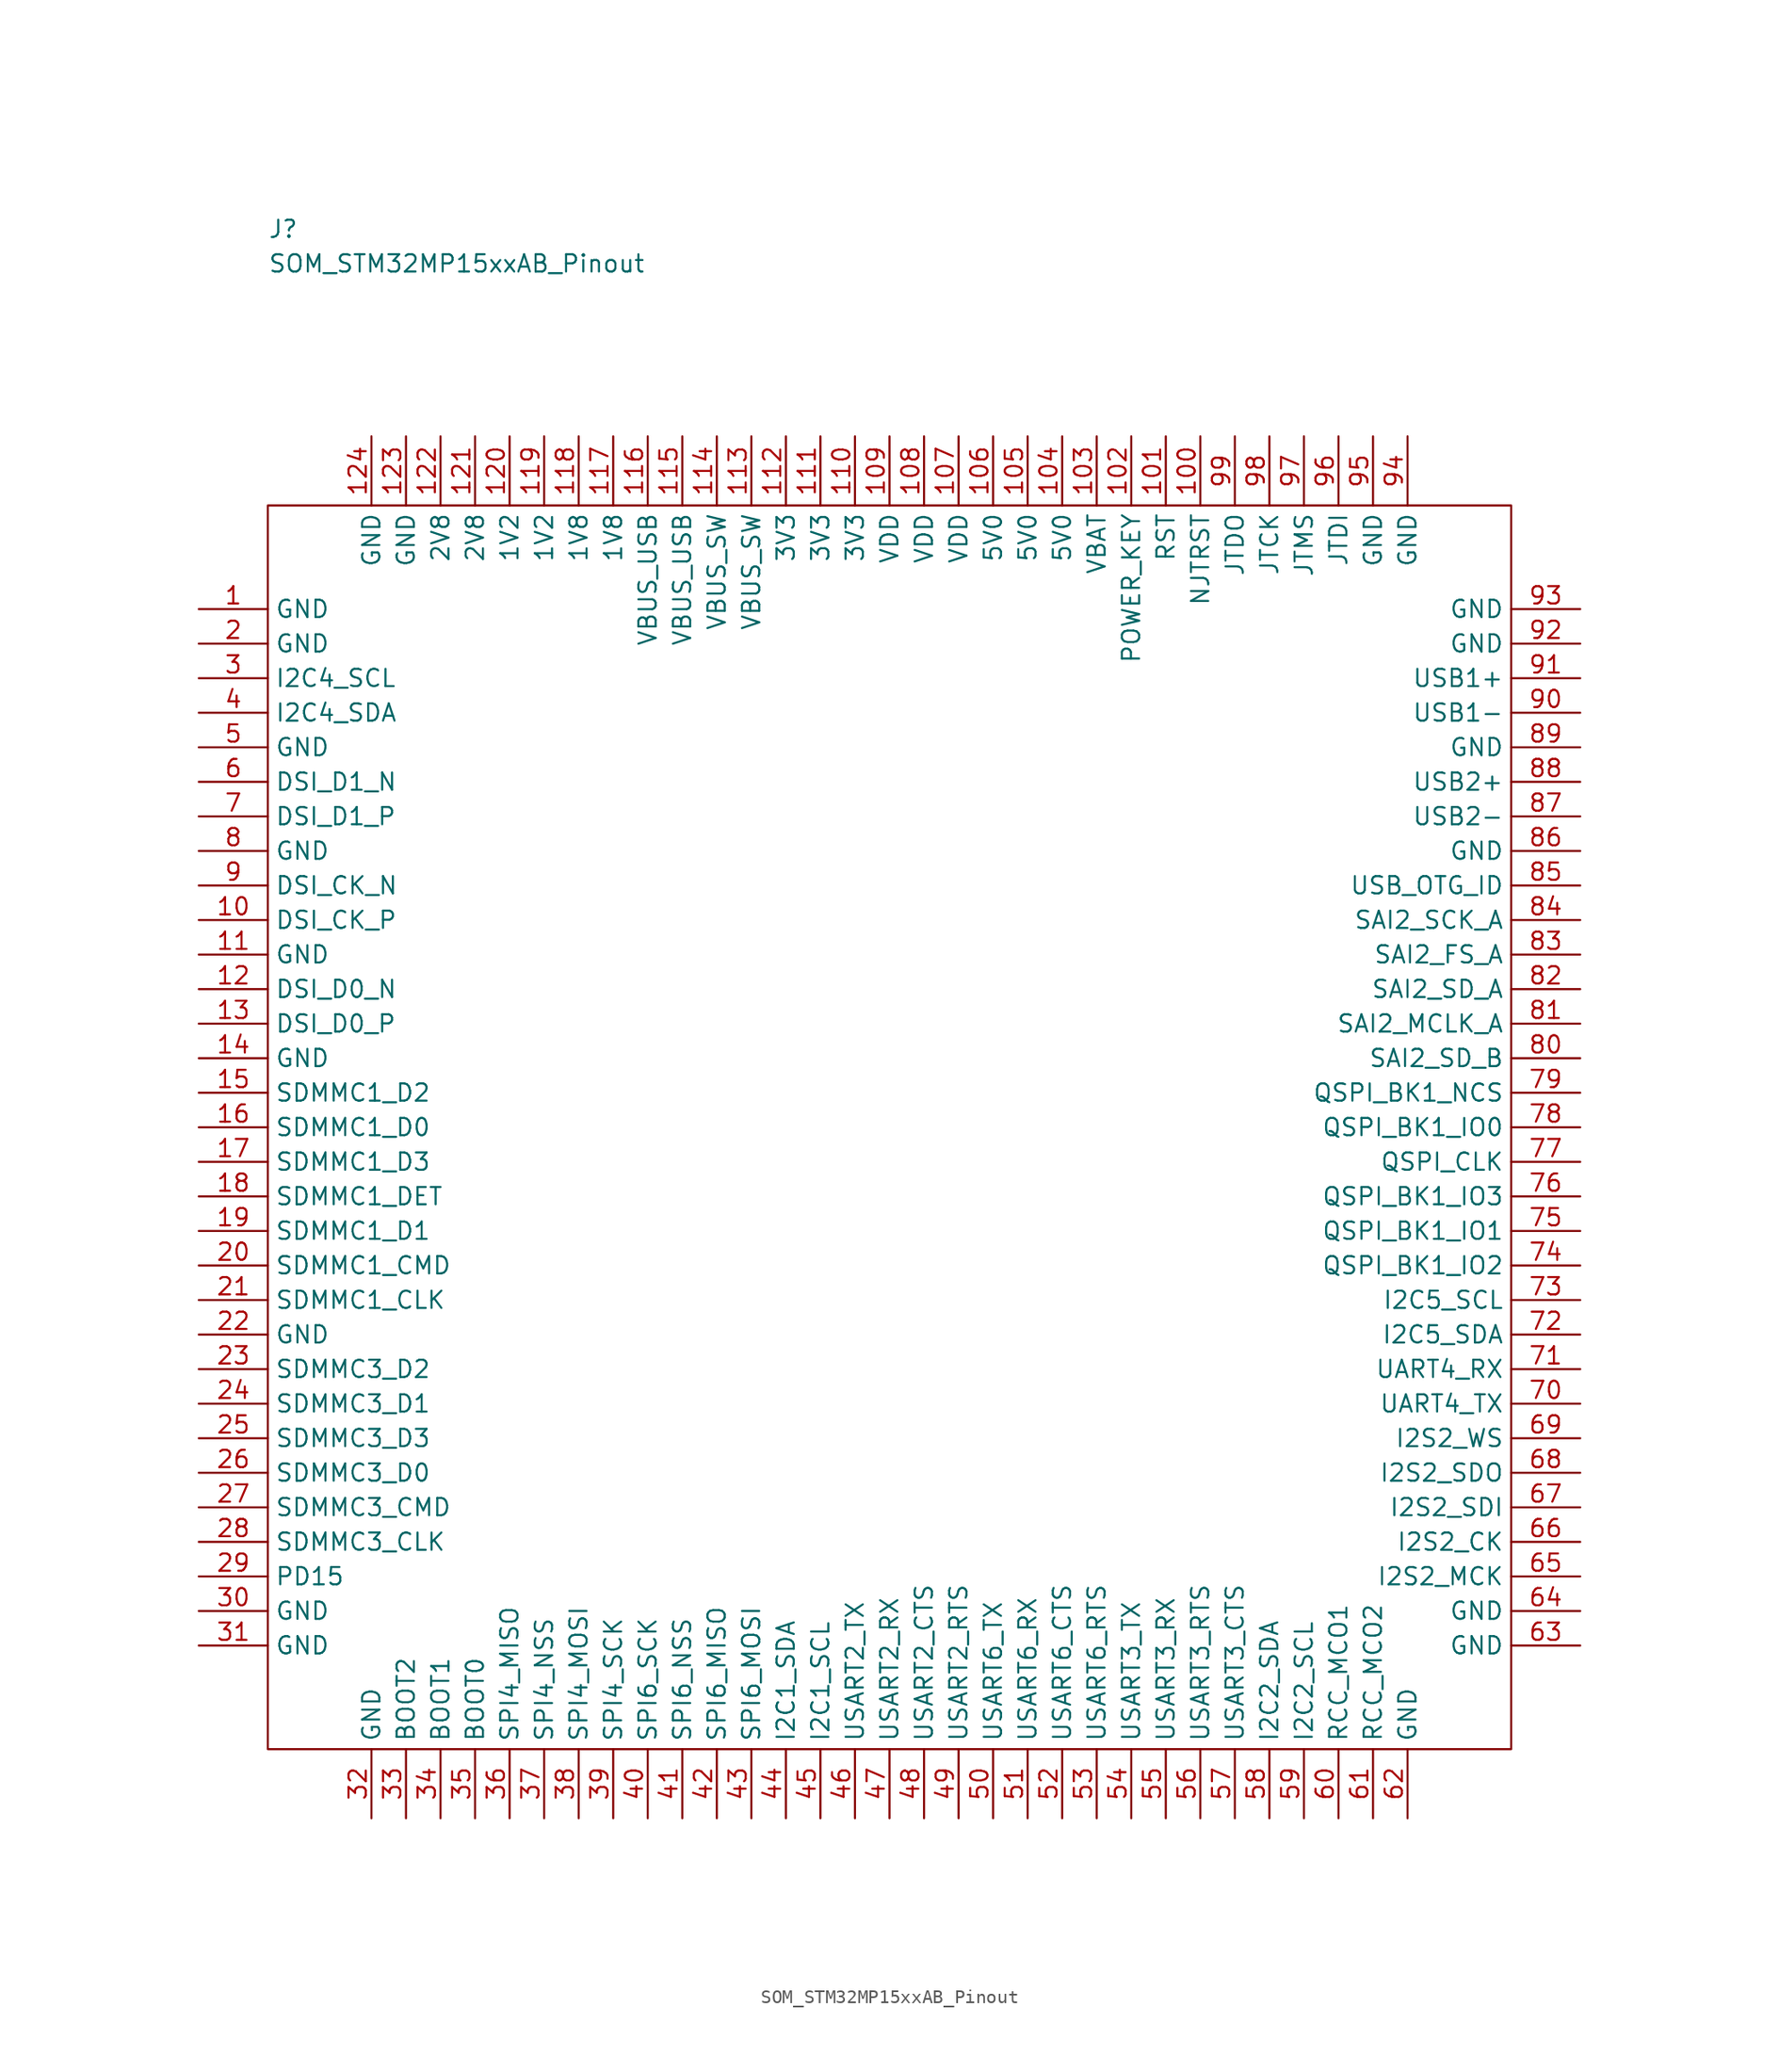
<source format=kicad_sym>
(kicad_symbol_lib
  (version 20211014)
  (generator kicad_symbol_editor)
  (symbol "SOM_STM32MP15xxAB_Pinout"
    (property "Reference" "J"
      (at 0 20.32 0)
      (effects (font (size 1.27 1.27)) (justify left)))
    (property "Value" "SOM_STM32MP15xxAB_Pinout"
      (at 0 17.78 0)
      (effects (font (size 1.27 1.27)) (justify left)))
    (symbol "SOM_STM32MP15xxAB_Pinout_0_1"
      (rectangle (start 0 0) (end 91.44 -91.44) (stroke (width 0.152) (type default) (color 0 0 0 0)) (fill (type none))))
    (symbol "SOM_STM32MP15xxAB_Pinout_1_1"
      (pin passive line (at -5.08 -7.62 0) (length 5.08) (name "GND" (effects (font (size 1.27 1.27)))) (number "1" (effects (font (size 1.27 1.27)))))
      (pin passive line (at -5.08 -30.48 0) (length 5.08) (name "DSI_CK_P" (effects (font (size 1.27 1.27)))) (number "10" (effects (font (size 1.27 1.27)))))
      (pin passive line (at 68.58 5.08 270) (length 5.08) (name "NJTRST" (effects (font (size 1.27 1.27)))) (number "100" (effects (font (size 1.27 1.27)))))
      (pin passive line (at 66.04 5.08 270) (length 5.08) (name "RST" (effects (font (size 1.27 1.27)))) (number "101" (effects (font (size 1.27 1.27)))))
      (pin passive line (at 63.5 5.08 270) (length 5.08) (name "POWER_KEY" (effects (font (size 1.27 1.27)))) (number "102" (effects (font (size 1.27 1.27)))))
      (pin passive line (at 60.96 5.08 270) (length 5.08) (name "VBAT" (effects (font (size 1.27 1.27)))) (number "103" (effects (font (size 1.27 1.27)))))
      (pin passive line (at 58.42 5.08 270) (length 5.08) (name "5V0" (effects (font (size 1.27 1.27)))) (number "104" (effects (font (size 1.27 1.27)))))
      (pin passive line (at 55.88 5.08 270) (length 5.08) (name "5V0" (effects (font (size 1.27 1.27)))) (number "105" (effects (font (size 1.27 1.27)))))
      (pin passive line (at 53.34 5.08 270) (length 5.08) (name "5V0" (effects (font (size 1.27 1.27)))) (number "106" (effects (font (size 1.27 1.27)))))
      (pin passive line (at 50.8 5.08 270) (length 5.08) (name "VDD" (effects (font (size 1.27 1.27)))) (number "107" (effects (font (size 1.27 1.27)))))
      (pin passive line (at 48.26 5.08 270) (length 5.08) (name "VDD" (effects (font (size 1.27 1.27)))) (number "108" (effects (font (size 1.27 1.27)))))
      (pin passive line (at 45.72 5.08 270) (length 5.08) (name "VDD" (effects (font (size 1.27 1.27)))) (number "109" (effects (font (size 1.27 1.27)))))
      (pin passive line (at -5.08 -33.02 0) (length 5.08) (name "GND" (effects (font (size 1.27 1.27)))) (number "11" (effects (font (size 1.27 1.27)))))
      (pin passive line (at 43.18 5.08 270) (length 5.08) (name "3V3" (effects (font (size 1.27 1.27)))) (number "110" (effects (font (size 1.27 1.27)))))
      (pin passive line (at 40.64 5.08 270) (length 5.08) (name "3V3" (effects (font (size 1.27 1.27)))) (number "111" (effects (font (size 1.27 1.27)))))
      (pin passive line (at 38.1 5.08 270) (length 5.08) (name "3V3" (effects (font (size 1.27 1.27)))) (number "112" (effects (font (size 1.27 1.27)))))
      (pin passive line (at 35.56 5.08 270) (length 5.08) (name "VBUS_SW" (effects (font (size 1.27 1.27)))) (number "113" (effects (font (size 1.27 1.27)))))
      (pin passive line (at 33.02 5.08 270) (length 5.08) (name "VBUS_SW" (effects (font (size 1.27 1.27)))) (number "114" (effects (font (size 1.27 1.27)))))
      (pin passive line (at 30.48 5.08 270) (length 5.08) (name "VBUS_USB" (effects (font (size 1.27 1.27)))) (number "115" (effects (font (size 1.27 1.27)))))
      (pin passive line (at 27.94 5.08 270) (length 5.08) (name "VBUS_USB" (effects (font (size 1.27 1.27)))) (number "116" (effects (font (size 1.27 1.27)))))
      (pin passive line (at 25.4 5.08 270) (length 5.08) (name "1V8" (effects (font (size 1.27 1.27)))) (number "117" (effects (font (size 1.27 1.27)))))
      (pin passive line (at 22.86 5.08 270) (length 5.08) (name "1V8" (effects (font (size 1.27 1.27)))) (number "118" (effects (font (size 1.27 1.27)))))
      (pin passive line (at 20.32 5.08 270) (length 5.08) (name "1V2" (effects (font (size 1.27 1.27)))) (number "119" (effects (font (size 1.27 1.27)))))
      (pin passive line (at -5.08 -35.56 0) (length 5.08) (name "DSI_D0_N" (effects (font (size 1.27 1.27)))) (number "12" (effects (font (size 1.27 1.27)))))
      (pin passive line (at 17.78 5.08 270) (length 5.08) (name "1V2" (effects (font (size 1.27 1.27)))) (number "120" (effects (font (size 1.27 1.27)))))
      (pin passive line (at 15.24 5.08 270) (length 5.08) (name "2V8" (effects (font (size 1.27 1.27)))) (number "121" (effects (font (size 1.27 1.27)))))
      (pin passive line (at 12.7 5.08 270) (length 5.08) (name "2V8" (effects (font (size 1.27 1.27)))) (number "122" (effects (font (size 1.27 1.27)))))
      (pin passive line (at 10.16 5.08 270) (length 5.08) (name "GND" (effects (font (size 1.27 1.27)))) (number "123" (effects (font (size 1.27 1.27)))))
      (pin passive line (at 7.62 5.08 270) (length 5.08) (name "GND" (effects (font (size 1.27 1.27)))) (number "124" (effects (font (size 1.27 1.27)))))
      (pin passive line (at -5.08 -38.1 0) (length 5.08) (name "DSI_D0_P" (effects (font (size 1.27 1.27)))) (number "13" (effects (font (size 1.27 1.27)))))
      (pin passive line (at -5.08 -40.64 0) (length 5.08) (name "GND" (effects (font (size 1.27 1.27)))) (number "14" (effects (font (size 1.27 1.27)))))
      (pin passive line (at -5.08 -43.18 0) (length 5.08) (name "SDMMC1_D2" (effects (font (size 1.27 1.27)))) (number "15" (effects (font (size 1.27 1.27)))))
      (pin passive line (at -5.08 -45.72 0) (length 5.08) (name "SDMMC1_D0" (effects (font (size 1.27 1.27)))) (number "16" (effects (font (size 1.27 1.27)))))
      (pin passive line (at -5.08 -48.26 0) (length 5.08) (name "SDMMC1_D3" (effects (font (size 1.27 1.27)))) (number "17" (effects (font (size 1.27 1.27)))))
      (pin passive line (at -5.08 -50.8 0) (length 5.08) (name "SDMMC1_DET" (effects (font (size 1.27 1.27)))) (number "18" (effects (font (size 1.27 1.27)))))
      (pin passive line (at -5.08 -53.34 0) (length 5.08) (name "SDMMC1_D1" (effects (font (size 1.27 1.27)))) (number "19" (effects (font (size 1.27 1.27)))))
      (pin passive line (at -5.08 -10.16 0) (length 5.08) (name "GND" (effects (font (size 1.27 1.27)))) (number "2" (effects (font (size 1.27 1.27)))))
      (pin passive line (at -5.08 -55.88 0) (length 5.08) (name "SDMMC1_CMD" (effects (font (size 1.27 1.27)))) (number "20" (effects (font (size 1.27 1.27)))))
      (pin passive line (at -5.08 -58.42 0) (length 5.08) (name "SDMMC1_CLK" (effects (font (size 1.27 1.27)))) (number "21" (effects (font (size 1.27 1.27)))))
      (pin passive line (at -5.08 -60.96 0) (length 5.08) (name "GND" (effects (font (size 1.27 1.27)))) (number "22" (effects (font (size 1.27 1.27)))))
      (pin passive line (at -5.08 -63.5 0) (length 5.08) (name "SDMMC3_D2" (effects (font (size 1.27 1.27)))) (number "23" (effects (font (size 1.27 1.27)))))
      (pin passive line (at -5.08 -66.04 0) (length 5.08) (name "SDMMC3_D1" (effects (font (size 1.27 1.27)))) (number "24" (effects (font (size 1.27 1.27)))))
      (pin passive line (at -5.08 -68.58 0) (length 5.08) (name "SDMMC3_D3" (effects (font (size 1.27 1.27)))) (number "25" (effects (font (size 1.27 1.27)))))
      (pin passive line (at -5.08 -71.12 0) (length 5.08) (name "SDMMC3_D0" (effects (font (size 1.27 1.27)))) (number "26" (effects (font (size 1.27 1.27)))))
      (pin passive line (at -5.08 -73.66 0) (length 5.08) (name "SDMMC3_CMD" (effects (font (size 1.27 1.27)))) (number "27" (effects (font (size 1.27 1.27)))))
      (pin passive line (at -5.08 -76.2 0) (length 5.08) (name "SDMMC3_CLK" (effects (font (size 1.27 1.27)))) (number "28" (effects (font (size 1.27 1.27)))))
      (pin passive line (at -5.08 -78.74 0) (length 5.08) (name "PD15" (effects (font (size 1.27 1.27)))) (number "29" (effects (font (size 1.27 1.27)))))
      (pin passive line (at -5.08 -12.7 0) (length 5.08) (name "I2C4_SCL" (effects (font (size 1.27 1.27)))) (number "3" (effects (font (size 1.27 1.27)))))
      (pin passive line (at -5.08 -81.28 0) (length 5.08) (name "GND" (effects (font (size 1.27 1.27)))) (number "30" (effects (font (size 1.27 1.27)))))
      (pin passive line (at -5.08 -83.82 0) (length 5.08) (name "GND" (effects (font (size 1.27 1.27)))) (number "31" (effects (font (size 1.27 1.27)))))
      (pin passive line (at 7.62 -96.52 90) (length 5.08) (name "GND" (effects (font (size 1.27 1.27)))) (number "32" (effects (font (size 1.27 1.27)))))
      (pin passive line (at 10.16 -96.52 90) (length 5.08) (name "BOOT2" (effects (font (size 1.27 1.27)))) (number "33" (effects (font (size 1.27 1.27)))))
      (pin passive line (at 12.7 -96.52 90) (length 5.08) (name "BOOT1" (effects (font (size 1.27 1.27)))) (number "34" (effects (font (size 1.27 1.27)))))
      (pin passive line (at 15.24 -96.52 90) (length 5.08) (name "BOOT0" (effects (font (size 1.27 1.27)))) (number "35" (effects (font (size 1.27 1.27)))))
      (pin passive line (at 17.78 -96.52 90) (length 5.08) (name "SPI4_MISO" (effects (font (size 1.27 1.27)))) (number "36" (effects (font (size 1.27 1.27)))))
      (pin passive line (at 20.32 -96.52 90) (length 5.08) (name "SPI4_NSS" (effects (font (size 1.27 1.27)))) (number "37" (effects (font (size 1.27 1.27)))))
      (pin passive line (at 22.86 -96.52 90) (length 5.08) (name "SPI4_MOSI" (effects (font (size 1.27 1.27)))) (number "38" (effects (font (size 1.27 1.27)))))
      (pin passive line (at 25.4 -96.52 90) (length 5.08) (name "SPI4_SCK" (effects (font (size 1.27 1.27)))) (number "39" (effects (font (size 1.27 1.27)))))
      (pin passive line (at -5.08 -15.24 0) (length 5.08) (name "I2C4_SDA" (effects (font (size 1.27 1.27)))) (number "4" (effects (font (size 1.27 1.27)))))
      (pin passive line (at 27.94 -96.52 90) (length 5.08) (name "SPI6_SCK" (effects (font (size 1.27 1.27)))) (number "40" (effects (font (size 1.27 1.27)))))
      (pin passive line (at 30.48 -96.52 90) (length 5.08) (name "SPI6_NSS" (effects (font (size 1.27 1.27)))) (number "41" (effects (font (size 1.27 1.27)))))
      (pin passive line (at 33.02 -96.52 90) (length 5.08) (name "SPI6_MISO" (effects (font (size 1.27 1.27)))) (number "42" (effects (font (size 1.27 1.27)))))
      (pin passive line (at 35.56 -96.52 90) (length 5.08) (name "SPI6_MOSI" (effects (font (size 1.27 1.27)))) (number "43" (effects (font (size 1.27 1.27)))))
      (pin passive line (at 38.1 -96.52 90) (length 5.08) (name "I2C1_SDA" (effects (font (size 1.27 1.27)))) (number "44" (effects (font (size 1.27 1.27)))))
      (pin passive line (at 40.64 -96.52 90) (length 5.08) (name "I2C1_SCL" (effects (font (size 1.27 1.27)))) (number "45" (effects (font (size 1.27 1.27)))))
      (pin passive line (at 43.18 -96.52 90) (length 5.08) (name "USART2_TX" (effects (font (size 1.27 1.27)))) (number "46" (effects (font (size 1.27 1.27)))))
      (pin passive line (at 45.72 -96.52 90) (length 5.08) (name "USART2_RX" (effects (font (size 1.27 1.27)))) (number "47" (effects (font (size 1.27 1.27)))))
      (pin passive line (at 48.26 -96.52 90) (length 5.08) (name "USART2_CTS" (effects (font (size 1.27 1.27)))) (number "48" (effects (font (size 1.27 1.27)))))
      (pin passive line (at 50.8 -96.52 90) (length 5.08) (name "USART2_RTS" (effects (font (size 1.27 1.27)))) (number "49" (effects (font (size 1.27 1.27)))))
      (pin passive line (at -5.08 -17.78 0) (length 5.08) (name "GND" (effects (font (size 1.27 1.27)))) (number "5" (effects (font (size 1.27 1.27)))))
      (pin passive line (at 53.34 -96.52 90) (length 5.08) (name "USART6_TX" (effects (font (size 1.27 1.27)))) (number "50" (effects (font (size 1.27 1.27)))))
      (pin passive line (at 55.88 -96.52 90) (length 5.08) (name "USART6_RX" (effects (font (size 1.27 1.27)))) (number "51" (effects (font (size 1.27 1.27)))))
      (pin passive line (at 58.42 -96.52 90) (length 5.08) (name "USART6_CTS" (effects (font (size 1.27 1.27)))) (number "52" (effects (font (size 1.27 1.27)))))
      (pin passive line (at 60.96 -96.52 90) (length 5.08) (name "USART6_RTS" (effects (font (size 1.27 1.27)))) (number "53" (effects (font (size 1.27 1.27)))))
      (pin passive line (at 63.5 -96.52 90) (length 5.08) (name "USART3_TX" (effects (font (size 1.27 1.27)))) (number "54" (effects (font (size 1.27 1.27)))))
      (pin passive line (at 66.04 -96.52 90) (length 5.08) (name "USART3_RX" (effects (font (size 1.27 1.27)))) (number "55" (effects (font (size 1.27 1.27)))))
      (pin passive line (at 68.58 -96.52 90) (length 5.08) (name "USART3_RTS" (effects (font (size 1.27 1.27)))) (number "56" (effects (font (size 1.27 1.27)))))
      (pin passive line (at 71.12 -96.52 90) (length 5.08) (name "USART3_CTS" (effects (font (size 1.27 1.27)))) (number "57" (effects (font (size 1.27 1.27)))))
      (pin passive line (at 73.66 -96.52 90) (length 5.08) (name "I2C2_SDA" (effects (font (size 1.27 1.27)))) (number "58" (effects (font (size 1.27 1.27)))))
      (pin passive line (at 76.2 -96.52 90) (length 5.08) (name "I2C2_SCL" (effects (font (size 1.27 1.27)))) (number "59" (effects (font (size 1.27 1.27)))))
      (pin passive line (at -5.08 -20.32 0) (length 5.08) (name "DSI_D1_N" (effects (font (size 1.27 1.27)))) (number "6" (effects (font (size 1.27 1.27)))))
      (pin passive line (at 78.74 -96.52 90) (length 5.08) (name "RCC_MCO1" (effects (font (size 1.27 1.27)))) (number "60" (effects (font (size 1.27 1.27)))))
      (pin passive line (at 81.28 -96.52 90) (length 5.08) (name "RCC_MCO2" (effects (font (size 1.27 1.27)))) (number "61" (effects (font (size 1.27 1.27)))))
      (pin passive line (at 83.82 -96.52 90) (length 5.08) (name "GND" (effects (font (size 1.27 1.27)))) (number "62" (effects (font (size 1.27 1.27)))))
      (pin passive line (at 96.52 -83.82 180) (length 5.08) (name "GND" (effects (font (size 1.27 1.27)))) (number "63" (effects (font (size 1.27 1.27)))))
      (pin passive line (at 96.52 -81.28 180) (length 5.08) (name "GND" (effects (font (size 1.27 1.27)))) (number "64" (effects (font (size 1.27 1.27)))))
      (pin passive line (at 96.52 -78.74 180) (length 5.08) (name "I2S2_MCK" (effects (font (size 1.27 1.27)))) (number "65" (effects (font (size 1.27 1.27)))))
      (pin passive line (at 96.52 -76.2 180) (length 5.08) (name "I2S2_CK" (effects (font (size 1.27 1.27)))) (number "66" (effects (font (size 1.27 1.27)))))
      (pin passive line (at 96.52 -73.66 180) (length 5.08) (name "I2S2_SDI" (effects (font (size 1.27 1.27)))) (number "67" (effects (font (size 1.27 1.27)))))
      (pin passive line (at 96.52 -71.12 180) (length 5.08) (name "I2S2_SDO" (effects (font (size 1.27 1.27)))) (number "68" (effects (font (size 1.27 1.27)))))
      (pin passive line (at 96.52 -68.58 180) (length 5.08) (name "I2S2_WS" (effects (font (size 1.27 1.27)))) (number "69" (effects (font (size 1.27 1.27)))))
      (pin passive line (at -5.08 -22.86 0) (length 5.08) (name "DSI_D1_P" (effects (font (size 1.27 1.27)))) (number "7" (effects (font (size 1.27 1.27)))))
      (pin passive line (at 96.52 -66.04 180) (length 5.08) (name "UART4_TX" (effects (font (size 1.27 1.27)))) (number "70" (effects (font (size 1.27 1.27)))))
      (pin passive line (at 96.52 -63.5 180) (length 5.08) (name "UART4_RX" (effects (font (size 1.27 1.27)))) (number "71" (effects (font (size 1.27 1.27)))))
      (pin passive line (at 96.52 -60.96 180) (length 5.08) (name "I2C5_SDA" (effects (font (size 1.27 1.27)))) (number "72" (effects (font (size 1.27 1.27)))))
      (pin passive line (at 96.52 -58.42 180) (length 5.08) (name "I2C5_SCL" (effects (font (size 1.27 1.27)))) (number "73" (effects (font (size 1.27 1.27)))))
      (pin passive line (at 96.52 -55.88 180) (length 5.08) (name "QSPI_BK1_IO2" (effects (font (size 1.27 1.27)))) (number "74" (effects (font (size 1.27 1.27)))))
      (pin passive line (at 96.52 -53.34 180) (length 5.08) (name "QSPI_BK1_IO1" (effects (font (size 1.27 1.27)))) (number "75" (effects (font (size 1.27 1.27)))))
      (pin passive line (at 96.52 -50.8 180) (length 5.08) (name "QSPI_BK1_IO3" (effects (font (size 1.27 1.27)))) (number "76" (effects (font (size 1.27 1.27)))))
      (pin passive line (at 96.52 -48.26 180) (length 5.08) (name "QSPI_CLK" (effects (font (size 1.27 1.27)))) (number "77" (effects (font (size 1.27 1.27)))))
      (pin passive line (at 96.52 -45.72 180) (length 5.08) (name "QSPI_BK1_IO0" (effects (font (size 1.27 1.27)))) (number "78" (effects (font (size 1.27 1.27)))))
      (pin passive line (at 96.52 -43.18 180) (length 5.08) (name "QSPI_BK1_NCS" (effects (font (size 1.27 1.27)))) (number "79" (effects (font (size 1.27 1.27)))))
      (pin passive line (at -5.08 -25.4 0) (length 5.08) (name "GND" (effects (font (size 1.27 1.27)))) (number "8" (effects (font (size 1.27 1.27)))))
      (pin passive line (at 96.52 -40.64 180) (length 5.08) (name "SAI2_SD_B" (effects (font (size 1.27 1.27)))) (number "80" (effects (font (size 1.27 1.27)))))
      (pin passive line (at 96.52 -38.1 180) (length 5.08) (name "SAI2_MCLK_A" (effects (font (size 1.27 1.27)))) (number "81" (effects (font (size 1.27 1.27)))))
      (pin passive line (at 96.52 -35.56 180) (length 5.08) (name "SAI2_SD_A" (effects (font (size 1.27 1.27)))) (number "82" (effects (font (size 1.27 1.27)))))
      (pin passive line (at 96.52 -33.02 180) (length 5.08) (name "SAI2_FS_A" (effects (font (size 1.27 1.27)))) (number "83" (effects (font (size 1.27 1.27)))))
      (pin passive line (at 96.52 -30.48 180) (length 5.08) (name "SAI2_SCK_A" (effects (font (size 1.27 1.27)))) (number "84" (effects (font (size 1.27 1.27)))))
      (pin passive line (at 96.52 -27.94 180) (length 5.08) (name "USB_OTG_ID" (effects (font (size 1.27 1.27)))) (number "85" (effects (font (size 1.27 1.27)))))
      (pin passive line (at 96.52 -25.4 180) (length 5.08) (name "GND" (effects (font (size 1.27 1.27)))) (number "86" (effects (font (size 1.27 1.27)))))
      (pin passive line (at 96.52 -22.86 180) (length 5.08) (name "USB2-" (effects (font (size 1.27 1.27)))) (number "87" (effects (font (size 1.27 1.27)))))
      (pin passive line (at 96.52 -20.32 180) (length 5.08) (name "USB2+" (effects (font (size 1.27 1.27)))) (number "88" (effects (font (size 1.27 1.27)))))
      (pin passive line (at 96.52 -17.78 180) (length 5.08) (name "GND" (effects (font (size 1.27 1.27)))) (number "89" (effects (font (size 1.27 1.27)))))
      (pin passive line (at -5.08 -27.94 0) (length 5.08) (name "DSI_CK_N" (effects (font (size 1.27 1.27)))) (number "9" (effects (font (size 1.27 1.27)))))
      (pin passive line (at 96.52 -15.24 180) (length 5.08) (name "USB1-" (effects (font (size 1.27 1.27)))) (number "90" (effects (font (size 1.27 1.27)))))
      (pin passive line (at 96.52 -12.7 180) (length 5.08) (name "USB1+" (effects (font (size 1.27 1.27)))) (number "91" (effects (font (size 1.27 1.27)))))
      (pin passive line (at 96.52 -10.16 180) (length 5.08) (name "GND" (effects (font (size 1.27 1.27)))) (number "92" (effects (font (size 1.27 1.27)))))
      (pin passive line (at 96.52 -7.62 180) (length 5.08) (name "GND" (effects (font (size 1.27 1.27)))) (number "93" (effects (font (size 1.27 1.27)))))
      (pin passive line (at 83.82 5.08 270) (length 5.08) (name "GND" (effects (font (size 1.27 1.27)))) (number "94" (effects (font (size 1.27 1.27)))))
      (pin passive line (at 81.28 5.08 270) (length 5.08) (name "GND" (effects (font (size 1.27 1.27)))) (number "95" (effects (font (size 1.27 1.27)))))
      (pin passive line (at 78.74 5.08 270) (length 5.08) (name "JTDI" (effects (font (size 1.27 1.27)))) (number "96" (effects (font (size 1.27 1.27)))))
      (pin passive line (at 76.2 5.08 270) (length 5.08) (name "JTMS" (effects (font (size 1.27 1.27)))) (number "97" (effects (font (size 1.27 1.27)))))
      (pin passive line (at 73.66 5.08 270) (length 5.08) (name "JTCK" (effects (font (size 1.27 1.27)))) (number "98" (effects (font (size 1.27 1.27)))))
      (pin passive line (at 71.12 5.08 270) (length 5.08) (name "JTDO" (effects (font (size 1.27 1.27)))) (number "99" (effects (font (size 1.27 1.27))))))))
</source>
